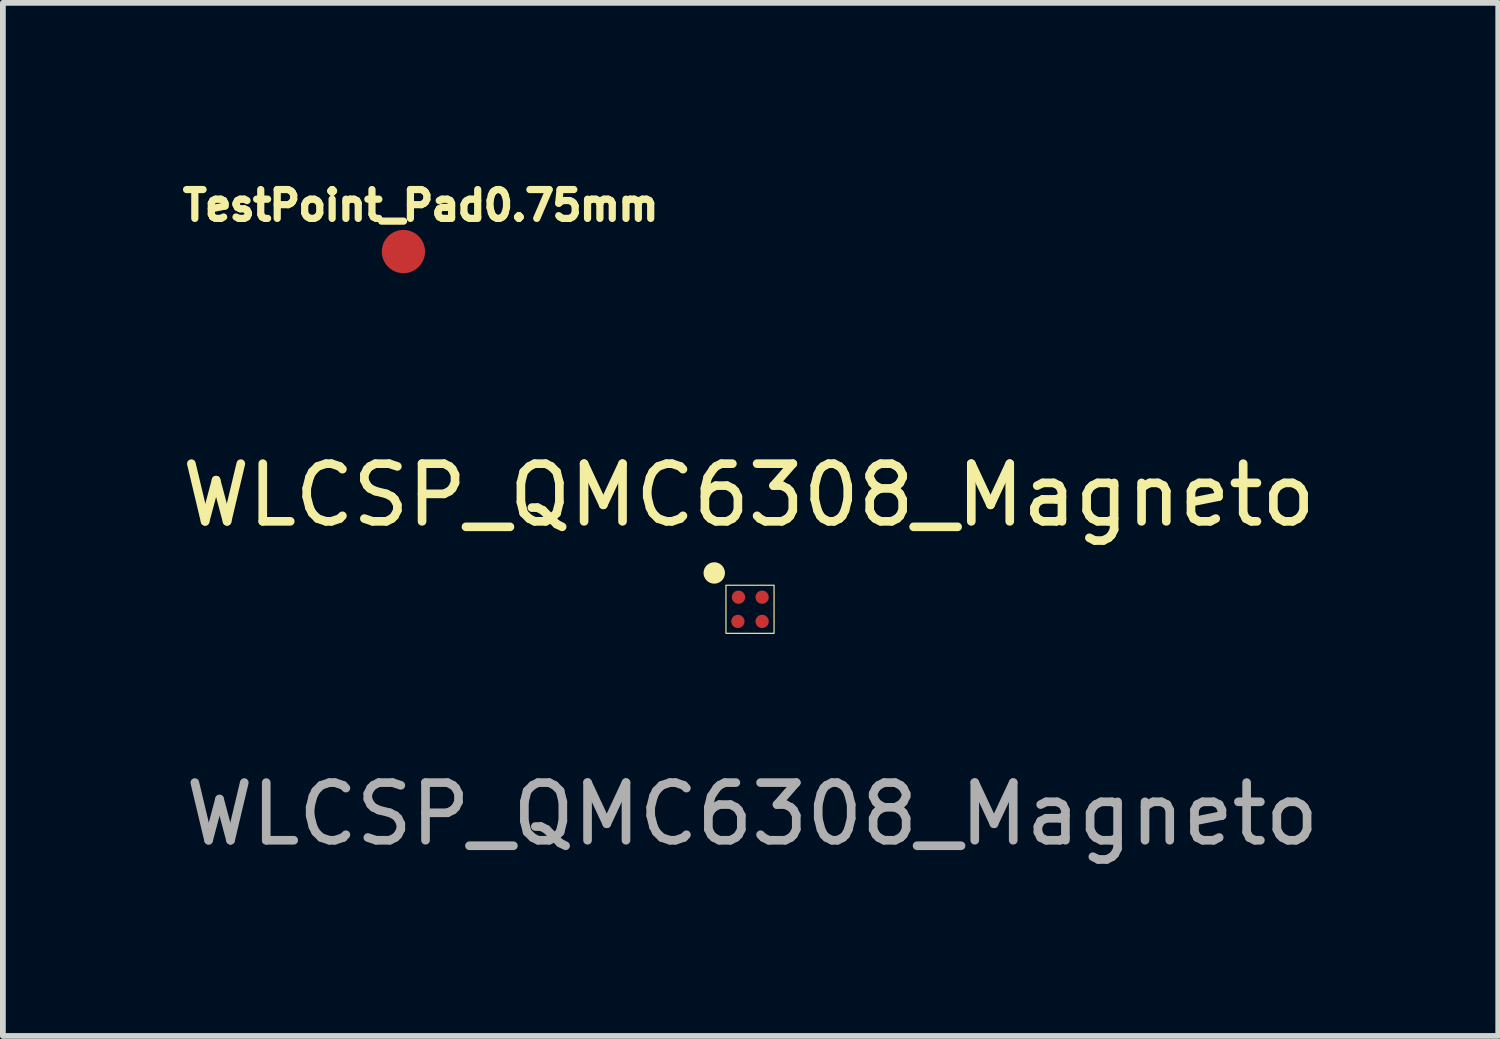
<source format=kicad_pcb>
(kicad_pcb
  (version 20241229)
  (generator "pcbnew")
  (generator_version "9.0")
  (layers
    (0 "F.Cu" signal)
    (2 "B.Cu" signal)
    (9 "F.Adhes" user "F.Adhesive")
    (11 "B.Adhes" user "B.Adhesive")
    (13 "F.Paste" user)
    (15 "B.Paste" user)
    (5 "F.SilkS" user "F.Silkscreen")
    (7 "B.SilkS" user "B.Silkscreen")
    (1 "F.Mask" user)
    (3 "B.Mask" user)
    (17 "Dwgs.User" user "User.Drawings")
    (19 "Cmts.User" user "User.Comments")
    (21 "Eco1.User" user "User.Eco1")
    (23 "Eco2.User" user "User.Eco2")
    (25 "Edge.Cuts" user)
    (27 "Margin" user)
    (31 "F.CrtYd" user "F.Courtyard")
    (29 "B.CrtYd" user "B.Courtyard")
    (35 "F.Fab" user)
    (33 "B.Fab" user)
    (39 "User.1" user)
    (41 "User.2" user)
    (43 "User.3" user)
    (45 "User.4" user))
  (footprint "WLCSP_QMC6308_Magneto"
    (layer "F.Cu")
    (at 9.955 7.515)
    (property "Reference" "WLCSP_QMC6308_Magneto" (at -0.02 -1.98 0) (unlocked yes) (layer "F.SilkS") (effects (font (size 1 1) (thickness 0.15))))
    (fp_rect (start -0.417 -0.417) (end 0.417 0.417) (stroke (width 0.02) (type solid)) (fill no) (layer "F.SilkS"))
    (fp_circle (center -0.62 -0.63) (end -0.496 -0.61) (stroke (width 0.12) (type solid)) (fill yes) (layer "F.SilkS"))
    (fp_text user "${REFERENCE}" (at 0.04 3.55 0) (unlocked yes) (layer "F.Fab") (effects (font (size 1 1) (thickness 0.15))))
    (pad "1" smd circle (at -0.2 -0.21) (size 0.23 0.23) (layers "F.Cu" "F.Mask" "F.Paste"))
    (pad "2" smd circle (at -0.21 0.21) (size 0.23 0.23) (layers "F.Cu" "F.Mask" "F.Paste"))
    (pad "3" smd circle (at 0.21 0.21) (size 0.23 0.23) (layers "F.Cu" "F.Mask" "F.Paste"))
    (pad "4" smd circle (at 0.21 -0.21) (size 0.23 0.23) (layers "F.Cu" "F.Mask" "F.Paste")))
  (footprint "TestPoint_Pad0.75mm"
    (layer "F.Cu")
    (at 3.945 1.312)
    (property "Reference" "TestPoint_Pad0.75mm" (at 0.3 -0.8 0) (unlocked yes) (layer "F.SilkS") (effects (font (size 0.5 0.5) (thickness 0.125))))
    (attr smd)
    (pad "1" smd circle (at 0 0) (size 0.75 0.75) (layers "F.Cu" "F.Mask" "F.Paste")))
  (gr_rect
    (start -3 -3)
    (end 22.929 14.913)
    (stroke (width 0.1) (type default))
    (fill no)
    (layer "Edge.Cuts")))
</source>
